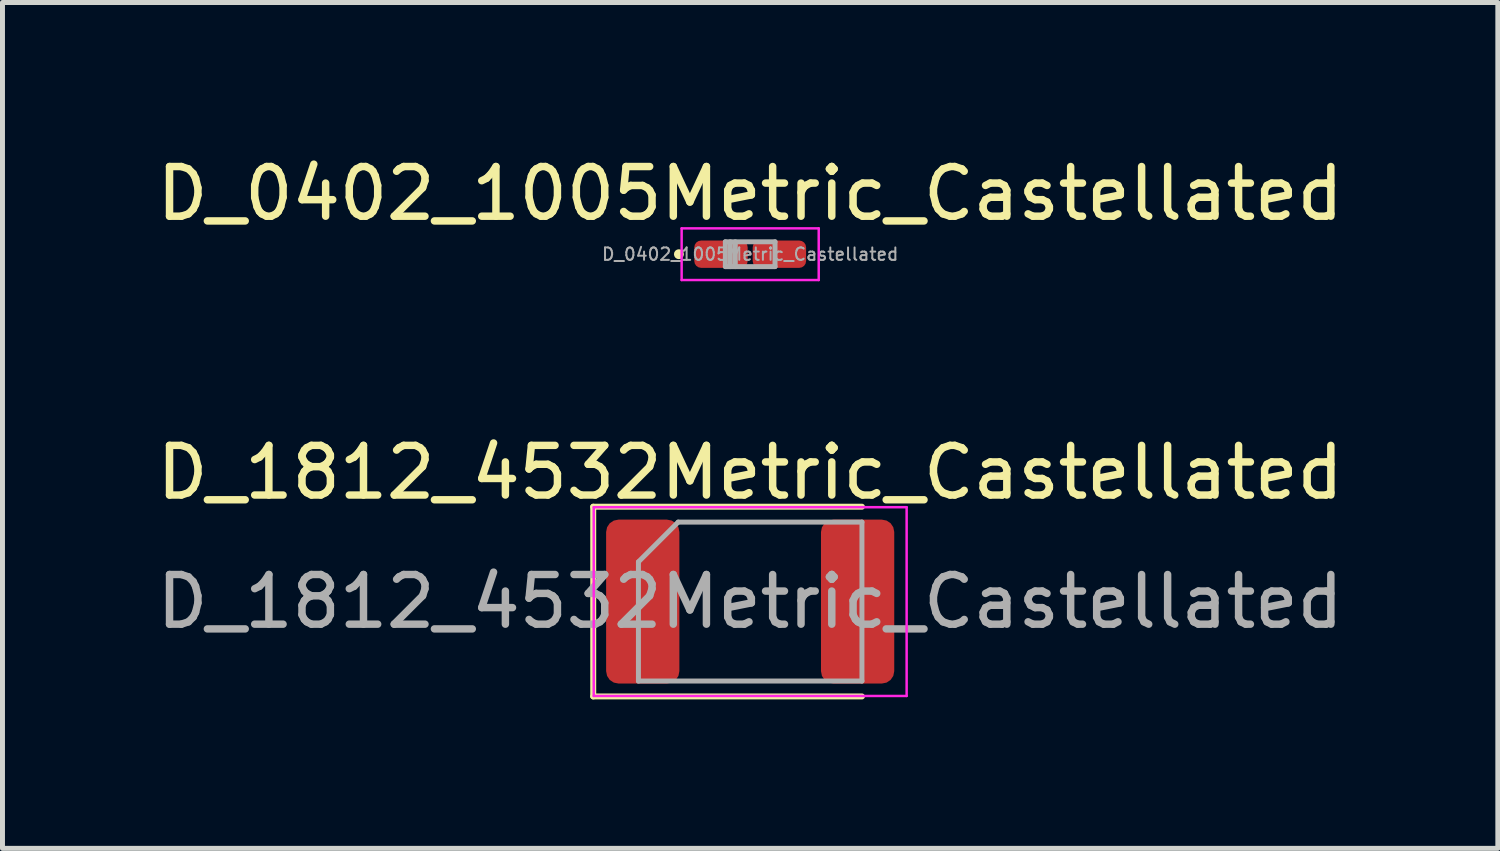
<source format=kicad_pcb>
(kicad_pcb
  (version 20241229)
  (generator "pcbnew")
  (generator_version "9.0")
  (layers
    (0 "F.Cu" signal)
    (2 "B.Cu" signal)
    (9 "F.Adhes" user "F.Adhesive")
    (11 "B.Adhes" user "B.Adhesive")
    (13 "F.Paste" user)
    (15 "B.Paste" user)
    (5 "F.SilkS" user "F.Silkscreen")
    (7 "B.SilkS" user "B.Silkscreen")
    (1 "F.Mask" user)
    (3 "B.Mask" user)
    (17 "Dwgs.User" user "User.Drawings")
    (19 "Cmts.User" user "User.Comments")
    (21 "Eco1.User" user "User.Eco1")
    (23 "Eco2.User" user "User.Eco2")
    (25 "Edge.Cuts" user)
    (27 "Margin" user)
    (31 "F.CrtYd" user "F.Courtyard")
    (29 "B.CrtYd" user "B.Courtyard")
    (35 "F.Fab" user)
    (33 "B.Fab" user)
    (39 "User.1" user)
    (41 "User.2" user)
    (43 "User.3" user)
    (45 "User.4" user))
  (footprint "D_0402_1005Metric_Castellated"
    (layer "F.Cu")
    (at 12.054 2.068)
    (property "Reference" "D_0402_1005Metric_Castellated" (at 0 -1.22 0) (layer "F.SilkS") (effects (font (size 1 1) (thickness 0.15))))
    (attr smd)
    (fp_circle (center -1.435 0) (end -1.385 0) (stroke (width 0.1) (type solid)) (fill no) (layer "F.SilkS"))
    (fp_line (start -1.38 -0.52) (end 1.38 -0.52) (stroke (width 0.05) (type solid)) (layer "F.CrtYd"))
    (fp_line (start -1.38 0.52) (end -1.38 -0.52) (stroke (width 0.05) (type solid)) (layer "F.CrtYd"))
    (fp_line (start 1.38 -0.52) (end 1.38 0.52) (stroke (width 0.05) (type solid)) (layer "F.CrtYd"))
    (fp_line (start 1.38 0.52) (end -1.38 0.52) (stroke (width 0.05) (type solid)) (layer "F.CrtYd"))
    (fp_line (start -0.5 -0.25) (end 0.5 -0.25) (stroke (width 0.1) (type solid)) (layer "F.Fab"))
    (fp_line (start -0.5 0.25) (end -0.5 -0.25) (stroke (width 0.1) (type solid)) (layer "F.Fab"))
    (fp_line (start -0.4 0.25) (end -0.4 -0.25) (stroke (width 0.1) (type solid)) (layer "F.Fab"))
    (fp_line (start -0.3 0.25) (end -0.3 -0.25) (stroke (width 0.1) (type solid)) (layer "F.Fab"))
    (fp_line (start 0.5 -0.25) (end 0.5 0.25) (stroke (width 0.1) (type solid)) (layer "F.Fab"))
    (fp_line (start 0.5 0.25) (end -0.5 0.25) (stroke (width 0.1) (type solid)) (layer "F.Fab"))
    (fp_text user "${REFERENCE}" (at 0 0 0) (layer "F.Fab") (effects (font (size 0.25 0.25) (thickness 0.04))))
    (pad "1" smd roundrect (at -0.588 0) (size 1.075 0.55) (layers "F.Cu" "F.Mask" "F.Paste") (roundrect_rratio 0.25))
    (pad "2" smd roundrect (at 0.588 0) (size 1.075 0.55) (layers "F.Cu" "F.Mask" "F.Paste") (roundrect_rratio 0.25)))
  (footprint "D_1812_4532Metric_Castellated"
    (layer "F.Cu")
    (at 12.054 9.062)
    (property "Reference" "D_1812_4532Metric_Castellated" (at 0 -2.6 0) (layer "F.SilkS") (effects (font (size 1 1) (thickness 0.15))))
    (attr smd)
    (fp_line (start -3.16 -1.91) (end -3.16 1.91) (stroke (width 0.12) (type solid)) (layer "F.SilkS"))
    (fp_line (start -3.16 1.91) (end 2.25 1.91) (stroke (width 0.12) (type solid)) (layer "F.SilkS"))
    (fp_line (start 2.25 -1.91) (end -3.16 -1.91) (stroke (width 0.12) (type solid)) (layer "F.SilkS"))
    (fp_line (start -3.15 -1.9) (end 3.15 -1.9) (stroke (width 0.05) (type solid)) (layer "F.CrtYd"))
    (fp_line (start -3.15 1.9) (end -3.15 -1.9) (stroke (width 0.05) (type solid)) (layer "F.CrtYd"))
    (fp_line (start 3.15 -1.9) (end 3.15 1.9) (stroke (width 0.05) (type solid)) (layer "F.CrtYd"))
    (fp_line (start 3.15 1.9) (end -3.15 1.9) (stroke (width 0.05) (type solid)) (layer "F.CrtYd"))
    (fp_line (start -2.25 -0.8) (end -2.25 1.6) (stroke (width 0.1) (type solid)) (layer "F.Fab"))
    (fp_line (start -2.25 1.6) (end 2.25 1.6) (stroke (width 0.1) (type solid)) (layer "F.Fab"))
    (fp_line (start -1.45 -1.6) (end -2.25 -0.8) (stroke (width 0.1) (type solid)) (layer "F.Fab"))
    (fp_line (start 2.25 -1.6) (end -1.45 -1.6) (stroke (width 0.1) (type solid)) (layer "F.Fab"))
    (fp_line (start 2.25 1.6) (end 2.25 -1.6) (stroke (width 0.1) (type solid)) (layer "F.Fab"))
    (fp_text user "${REFERENCE}" (at 0 0 0) (layer "F.Fab") (effects (font (size 1 1) (thickness 0.15))))
    (pad "1" smd roundrect (at -2.163 0) (size 1.475 3.3) (layers "F.Cu" "F.Mask" "F.Paste") (roundrect_rratio 0.169))
    (pad "2" smd roundrect (at 2.163 0) (size 1.475 3.3) (layers "F.Cu" "F.Mask" "F.Paste") (roundrect_rratio 0.169)))
  (gr_rect
    (start -3 -3)
    (end 27.107 14.031)
    (stroke (width 0.1) (type default))
    (fill no)
    (layer "Edge.Cuts")))
</source>
